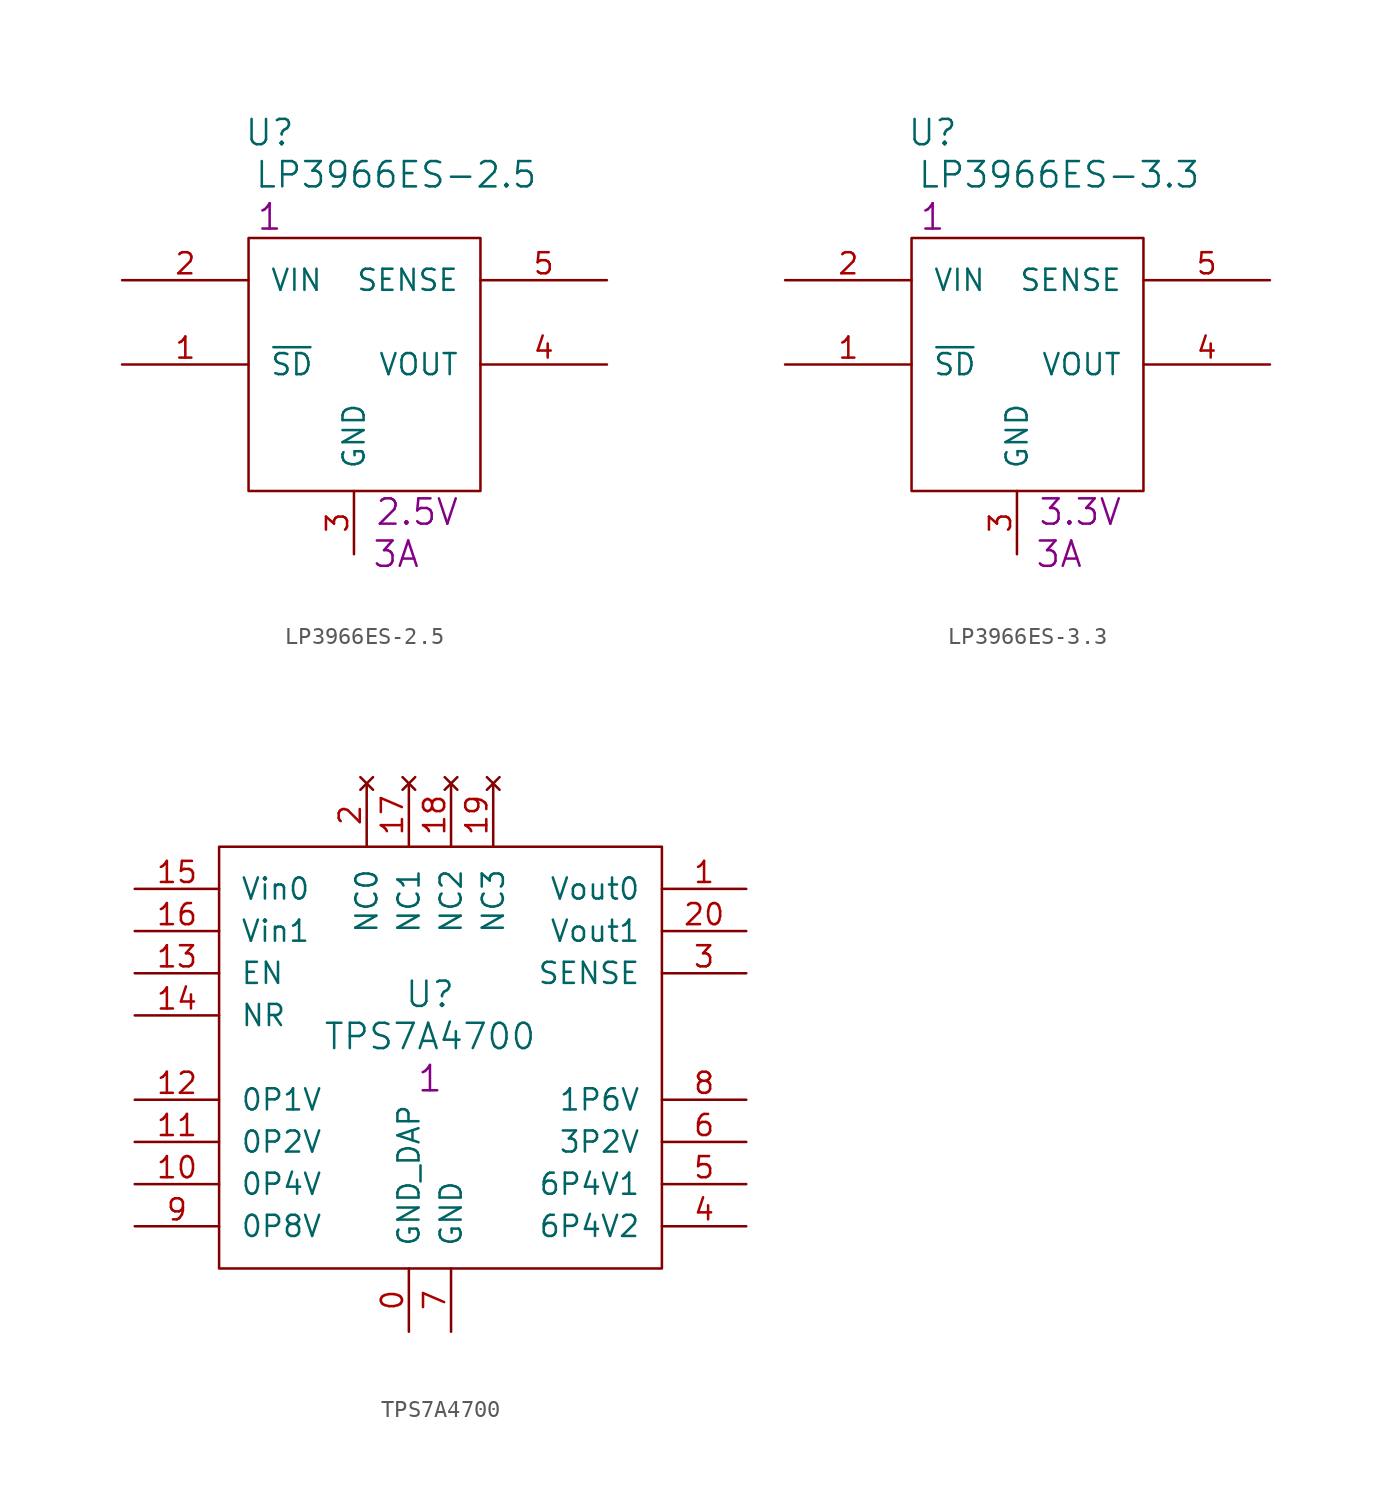
<source format=kicad_sym>
(kicad_symbol_lib
  (version 20211014)
  (generator kicad_symbol_editor)
  (symbol "LP3966ES-2.5"
    (pin_names
      (offset 1.27))
    (property "Reference" "U"
      (at 8.89 8.89 0)
      (effects (font (size 1.524 1.524))))
    (property "Value" "LP3966ES-2.5"
      (at 16.51 6.35 0)
      (effects (font (size 1.524 1.524))))
    (property "Datasheet" ""
      (at 0 0 0)
      (effects (font (size 1.524 1.524))))
    (property "Qty" "1"
      (at 8.89 3.81 0)
      (effects (font (size 1.524 1.524))))
    (property "Desc1" "2.5V"
      (at 17.78 -13.97 0)
      (effects (font (size 1.524 1.524))))
    (property "Desc2" "3A"
      (at 16.51 -16.51 0)
      (effects (font (size 1.524 1.524))))
    (symbol "LP3966ES-2.5_0_1"
      (rectangle (start 7.62 2.54) (end 21.59 -12.7) (stroke (width 0) (type default) (color 0 0 0 0)) (fill (type none))))
    (symbol "LP3966ES-2.5_1_1"
      (pin input line (at 0 -5.08 0) (length 7.62) (name "~{SD}" (effects (font (size 1.27 1.27)))) (number "1" (effects (font (size 1.27 1.27)))))
      (pin power_in line (at 0 0 0) (length 7.62) (name "VIN" (effects (font (size 1.27 1.27)))) (number "2" (effects (font (size 1.27 1.27)))))
      (pin power_in line (at 13.97 -16.51 90) (length 3.81) (name "GND" (effects (font (size 1.27 1.27)))) (number "3" (effects (font (size 1.27 1.27)))))
      (pin power_out line (at 29.21 -5.08 180) (length 7.62) (name "VOUT" (effects (font (size 1.27 1.27)))) (number "4" (effects (font (size 1.27 1.27)))))
      (pin power_in line (at 29.21 0 180) (length 7.62) (name "SENSE" (effects (font (size 1.27 1.27)))) (number "5" (effects (font (size 1.27 1.27)))))))
  (symbol "LP3966ES-3.3"
    (pin_names
      (offset 1.27))
    (property "Reference" "U"
      (at 8.89 8.89 0)
      (effects (font (size 1.524 1.524))))
    (property "Value" "LP3966ES-3.3"
      (at 16.51 6.35 0)
      (effects (font (size 1.524 1.524))))
    (property "Datasheet" ""
      (at 0 0 0)
      (effects (font (size 1.524 1.524))))
    (property "Qty" "1"
      (at 8.89 3.81 0)
      (effects (font (size 1.524 1.524))))
    (property "Desc1" "3.3V"
      (at 17.78 -13.97 0)
      (effects (font (size 1.524 1.524))))
    (property "Desc2" "3A"
      (at 16.51 -16.51 0)
      (effects (font (size 1.524 1.524))))
    (symbol "LP3966ES-3.3_0_1"
      (rectangle (start 7.62 2.54) (end 21.59 -12.7) (stroke (width 0) (type default) (color 0 0 0 0)) (fill (type none))))
    (symbol "LP3966ES-3.3_1_1"
      (pin input line (at 0 -5.08 0) (length 7.62) (name "~{SD}" (effects (font (size 1.27 1.27)))) (number "1" (effects (font (size 1.27 1.27)))))
      (pin power_in line (at 0 0 0) (length 7.62) (name "VIN" (effects (font (size 1.27 1.27)))) (number "2" (effects (font (size 1.27 1.27)))))
      (pin power_in line (at 13.97 -16.51 90) (length 3.81) (name "GND" (effects (font (size 1.27 1.27)))) (number "3" (effects (font (size 1.27 1.27)))))
      (pin power_out line (at 29.21 -5.08 180) (length 7.62) (name "VOUT" (effects (font (size 1.27 1.27)))) (number "4" (effects (font (size 1.27 1.27)))))
      (pin power_in line (at 29.21 0 180) (length 7.62) (name "SENSE" (effects (font (size 1.27 1.27)))) (number "5" (effects (font (size 1.27 1.27)))))))
  (symbol "TPS7A4700"
    (pin_names
      (offset 1.27))
    (property "Reference" "U"
      (at 17.78 -6.35 0)
      (effects (font (size 1.524 1.524))))
    (property "Value" "TPS7A4700"
      (at 17.78 -8.89 0)
      (effects (font (size 1.524 1.524))))
    (property "Qty" "1"
      (at 17.78 -11.43 0)
      (effects (font (size 1.524 1.524))))
    (symbol "TPS7A4700_0_1"
      (rectangle (start 5.08 2.54) (end 31.75 -22.86) (stroke (width 0) (type default) (color 0 0 0 0)) (fill (type none))))
    (symbol "TPS7A4700_1_1"
      (pin power_in line (at 16.51 -26.67 90) (length 3.81) (name "GND_DAP" (effects (font (size 1.27 1.27)))) (number "0" (effects (font (size 1.27 1.27)))))
      (pin power_out line (at 36.83 0 180) (length 5.08) (name "Vout0" (effects (font (size 1.27 1.27)))) (number "1" (effects (font (size 1.27 1.27)))))
      (pin power_in line (at 0 -17.78 0) (length 5.08) (name "0P4V" (effects (font (size 1.27 1.27)))) (number "10" (effects (font (size 1.27 1.27)))))
      (pin power_in line (at 0 -15.24 0) (length 5.08) (name "0P2V" (effects (font (size 1.27 1.27)))) (number "11" (effects (font (size 1.27 1.27)))))
      (pin power_in line (at 0 -12.7 0) (length 5.08) (name "0P1V" (effects (font (size 1.27 1.27)))) (number "12" (effects (font (size 1.27 1.27)))))
      (pin input line (at 0 -5.08 0) (length 5.08) (name "EN" (effects (font (size 1.27 1.27)))) (number "13" (effects (font (size 1.27 1.27)))))
      (pin input line (at 0 -7.62 0) (length 5.08) (name "NR" (effects (font (size 1.27 1.27)))) (number "14" (effects (font (size 1.27 1.27)))))
      (pin power_in line (at 0 0 0) (length 5.08) (name "Vin0" (effects (font (size 1.27 1.27)))) (number "15" (effects (font (size 1.27 1.27)))))
      (pin power_in line (at 0 -2.54 0) (length 5.08) (name "Vin1" (effects (font (size 1.27 1.27)))) (number "16" (effects (font (size 1.27 1.27)))))
      (pin no_connect line (at 16.51 6.35 270) (length 3.81) (name "NC1" (effects (font (size 1.27 1.27)))) (number "17" (effects (font (size 1.27 1.27)))))
      (pin no_connect line (at 19.05 6.35 270) (length 3.81) (name "NC2" (effects (font (size 1.27 1.27)))) (number "18" (effects (font (size 1.27 1.27)))))
      (pin no_connect line (at 21.59 6.35 270) (length 3.81) (name "NC3" (effects (font (size 1.27 1.27)))) (number "19" (effects (font (size 1.27 1.27)))))
      (pin no_connect line (at 13.97 6.35 270) (length 3.81) (name "NC0" (effects (font (size 1.27 1.27)))) (number "2" (effects (font (size 1.27 1.27)))))
      (pin power_out line (at 36.83 -2.54 180) (length 5.08) (name "Vout1" (effects (font (size 1.27 1.27)))) (number "20" (effects (font (size 1.27 1.27)))))
      (pin power_in line (at 36.83 -5.08 180) (length 5.08) (name "SENSE" (effects (font (size 1.27 1.27)))) (number "3" (effects (font (size 1.27 1.27)))))
      (pin power_in line (at 36.83 -20.32 180) (length 5.08) (name "6P4V2" (effects (font (size 1.27 1.27)))) (number "4" (effects (font (size 1.27 1.27)))))
      (pin power_in line (at 36.83 -17.78 180) (length 5.08) (name "6P4V1" (effects (font (size 1.27 1.27)))) (number "5" (effects (font (size 1.27 1.27)))))
      (pin power_in line (at 36.83 -15.24 180) (length 5.08) (name "3P2V" (effects (font (size 1.27 1.27)))) (number "6" (effects (font (size 1.27 1.27)))))
      (pin power_in line (at 19.05 -26.67 90) (length 3.81) (name "GND" (effects (font (size 1.27 1.27)))) (number "7" (effects (font (size 1.27 1.27)))))
      (pin power_in line (at 36.83 -12.7 180) (length 5.08) (name "1P6V" (effects (font (size 1.27 1.27)))) (number "8" (effects (font (size 1.27 1.27)))))
      (pin power_in line (at 0 -20.32 0) (length 5.08) (name "0P8V" (effects (font (size 1.27 1.27)))) (number "9" (effects (font (size 1.27 1.27))))))))
</source>
